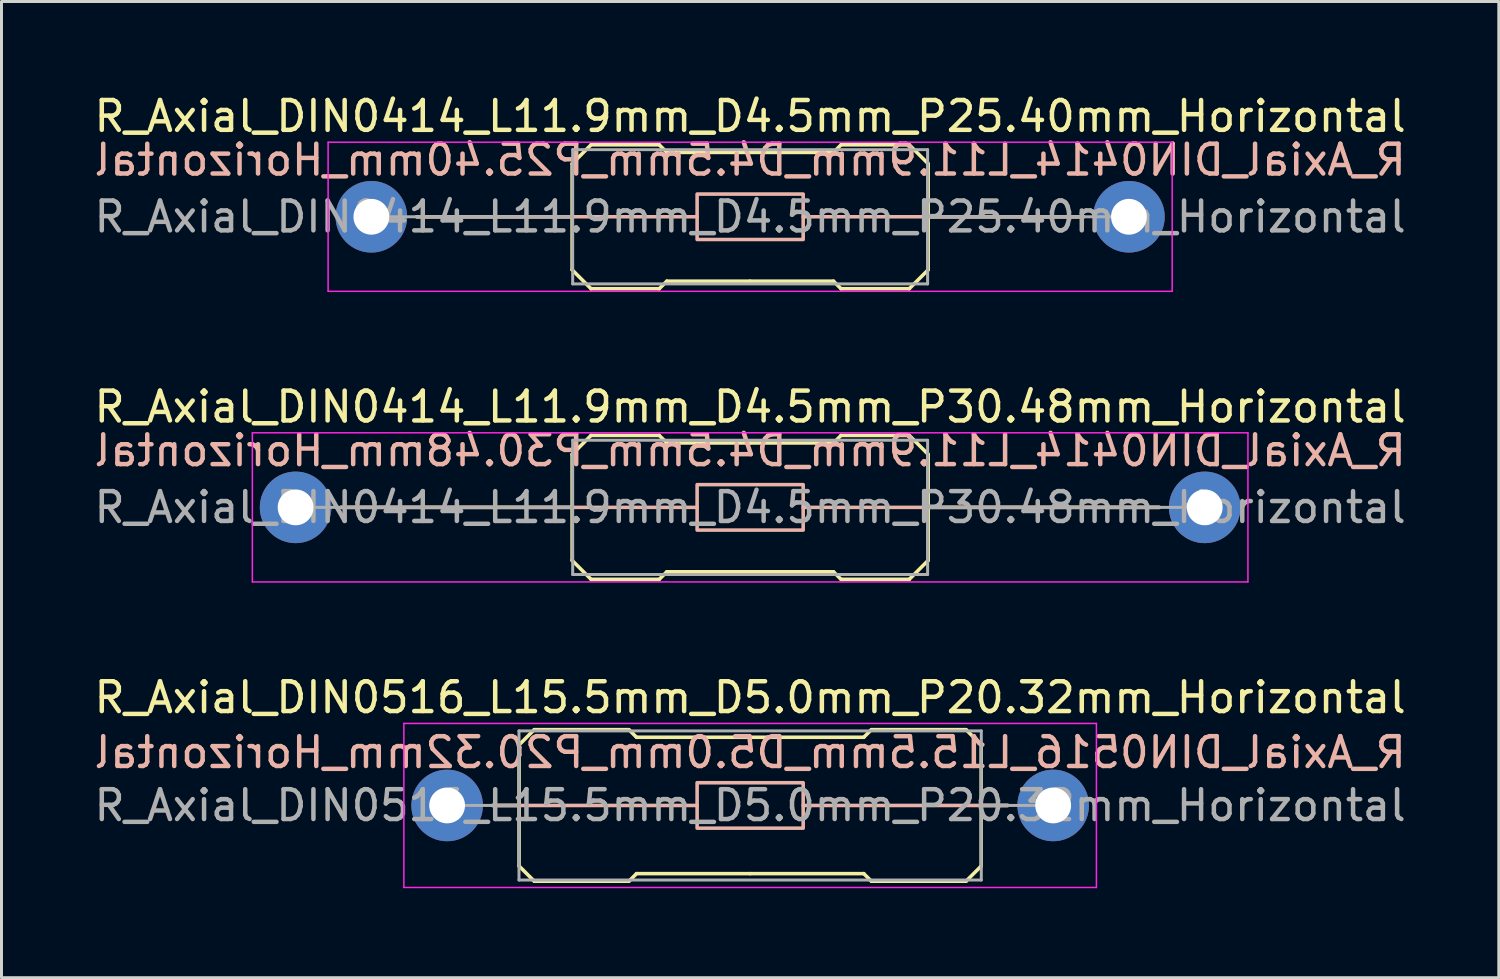
<source format=kicad_pcb>
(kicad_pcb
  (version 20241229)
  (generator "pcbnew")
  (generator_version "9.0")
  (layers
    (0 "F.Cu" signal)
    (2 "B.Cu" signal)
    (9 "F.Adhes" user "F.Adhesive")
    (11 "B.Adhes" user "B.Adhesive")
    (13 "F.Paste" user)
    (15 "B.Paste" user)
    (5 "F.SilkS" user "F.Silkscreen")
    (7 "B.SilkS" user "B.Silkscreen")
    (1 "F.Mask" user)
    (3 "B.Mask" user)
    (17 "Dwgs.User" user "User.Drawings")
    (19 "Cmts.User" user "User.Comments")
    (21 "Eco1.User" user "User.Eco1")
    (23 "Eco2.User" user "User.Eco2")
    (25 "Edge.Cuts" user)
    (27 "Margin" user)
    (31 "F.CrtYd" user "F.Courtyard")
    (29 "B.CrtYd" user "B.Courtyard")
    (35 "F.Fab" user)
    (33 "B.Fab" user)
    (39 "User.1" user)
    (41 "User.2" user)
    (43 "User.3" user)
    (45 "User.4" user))
  (footprint "R_Axial_DIN0414_L11.9mm_D4.5mm_P30.48mm_Horizontal"
    (layer "F.Cu")
    (at 6.861 13.961)
    (property "Reference" "R_Axial_DIN0414_L11.9mm_D4.5mm_P30.48mm_Horizontal" (at 15.24 -3.37 0) (layer "F.SilkS") (effects (font (size 1 1) (thickness 0.15))))
    (fp_line (start 9.271 -1.778) (end 9.906 -2.413) (stroke (width 0.12) (type solid)) (layer "F.SilkS"))
    (fp_line (start 9.271 0) (end 1.524 0) (stroke (width 0.12) (type solid)) (layer "F.SilkS"))
    (fp_line (start 9.271 1.778) (end 9.271 -1.778) (stroke (width 0.12) (type solid)) (layer "F.SilkS"))
    (fp_line (start 9.271 1.778) (end 9.906 2.413) (stroke (width 0.12) (type solid)) (layer "F.SilkS"))
    (fp_line (start 9.906 -2.413) (end 12.192 -2.413) (stroke (width 0.12) (type solid)) (layer "F.SilkS"))
    (fp_line (start 9.906 2.413) (end 12.192 2.413) (stroke (width 0.12) (type solid)) (layer "F.SilkS"))
    (fp_line (start 12.192 -2.413) (end 12.446 -2.159) (stroke (width 0.12) (type solid)) (layer "F.SilkS"))
    (fp_line (start 12.192 2.413) (end 12.446 2.159) (stroke (width 0.12) (type solid)) (layer "F.SilkS"))
    (fp_line (start 12.446 -2.159) (end 15.24 -2.159) (stroke (width 0.12) (type solid)) (layer "F.SilkS"))
    (fp_line (start 12.446 2.159) (end 15.24 2.159) (stroke (width 0.12) (type solid)) (layer "F.SilkS"))
    (fp_line (start 18.034 -2.159) (end 15.24 -2.159) (stroke (width 0.12) (type solid)) (layer "F.SilkS"))
    (fp_line (start 18.034 2.159) (end 15.24 2.159) (stroke (width 0.12) (type solid)) (layer "F.SilkS"))
    (fp_line (start 18.288 -2.413) (end 18.034 -2.159) (stroke (width 0.12) (type solid)) (layer "F.SilkS"))
    (fp_line (start 18.288 2.413) (end 18.034 2.159) (stroke (width 0.12) (type solid)) (layer "F.SilkS"))
    (fp_line (start 20.574 -2.413) (end 18.288 -2.413) (stroke (width 0.12) (type solid)) (layer "F.SilkS"))
    (fp_line (start 20.574 2.413) (end 18.288 2.413) (stroke (width 0.12) (type solid)) (layer "F.SilkS"))
    (fp_line (start 21.209 -1.778) (end 20.574 -2.413) (stroke (width 0.12) (type solid)) (layer "F.SilkS"))
    (fp_line (start 21.209 0) (end 28.956 0) (stroke (width 0.12) (type solid)) (layer "F.SilkS"))
    (fp_line (start 21.209 1.778) (end 20.574 2.413) (stroke (width 0.12) (type solid)) (layer "F.SilkS"))
    (fp_line (start 21.209 1.778) (end 21.209 -1.778) (stroke (width 0.12) (type solid)) (layer "F.SilkS"))
    (fp_line (start 13.462 0) (end 1.524 0) (stroke (width 0.12) (type solid)) (layer "B.SilkS"))
    (fp_line (start 17.018 0) (end 28.956 0) (stroke (width 0.12) (type solid)) (layer "B.SilkS"))
    (fp_rect (start 13.462 -0.762) (end 17.018 0.762) (stroke (width 0.12) (type solid)) (fill no) (layer "B.SilkS"))
    (fp_line (start -1.45 -2.5) (end -1.45 2.5) (stroke (width 0.05) (type solid)) (layer "F.CrtYd"))
    (fp_line (start -1.45 2.5) (end 31.93 2.5) (stroke (width 0.05) (type solid)) (layer "F.CrtYd"))
    (fp_line (start 31.93 -2.5) (end -1.45 -2.5) (stroke (width 0.05) (type solid)) (layer "F.CrtYd"))
    (fp_line (start 31.93 2.5) (end 31.93 -2.5) (stroke (width 0.05) (type solid)) (layer "F.CrtYd"))
    (fp_line (start 0 0) (end 9.29 0) (stroke (width 0.1) (type solid)) (layer "F.Fab"))
    (fp_line (start 9.29 -2.25) (end 9.29 2.25) (stroke (width 0.1) (type solid)) (layer "F.Fab"))
    (fp_line (start 9.29 2.25) (end 21.19 2.25) (stroke (width 0.1) (type solid)) (layer "F.Fab"))
    (fp_line (start 21.19 -2.25) (end 9.29 -2.25) (stroke (width 0.1) (type solid)) (layer "F.Fab"))
    (fp_line (start 21.19 2.25) (end 21.19 -2.25) (stroke (width 0.1) (type solid)) (layer "F.Fab"))
    (fp_line (start 30.48 0) (end 21.19 0) (stroke (width 0.1) (type solid)) (layer "F.Fab"))
    (fp_text user "${REFERENCE}" (at 15.24 -1.905 0) (layer "B.SilkS") (effects (font (size 1 1) (thickness 0.15)) (justify mirror)))
    (fp_text user "${REFERENCE}" (at 15.24 0 0) (layer "F.Fab") (effects (font (size 1 1) (thickness 0.15))))
    (pad "1" thru_hole circle (at 0 0) (size 2.4 2.4) (drill 1.2) (layers "*.Cu" "*.Mask"))
    (pad "2" thru_hole oval (at 30.48 0) (size 2.4 2.4) (drill 1.2) (layers "*.Cu" "*.Mask")))
  (footprint "R_Axial_DIN0516_L15.5mm_D5.0mm_P20.32mm_Horizontal"
    (layer "F.Cu")
    (at 11.941 23.955)
    (property "Reference" "R_Axial_DIN0516_L15.5mm_D5.0mm_P20.32mm_Horizontal" (at 10.16 -3.62 0) (layer "F.SilkS") (effects (font (size 1 1) (thickness 0.15))))
    (fp_line (start 2.413 -2.032) (end 2.921 -2.54) (stroke (width 0.12) (type solid)) (layer "F.SilkS"))
    (fp_line (start 2.413 0) (end 1.524 0) (stroke (width 0.12) (type solid)) (layer "F.SilkS"))
    (fp_line (start 2.413 2.032) (end 2.413 -2.032) (stroke (width 0.12) (type solid)) (layer "F.SilkS"))
    (fp_line (start 2.413 2.032) (end 2.921 2.54) (stroke (width 0.12) (type solid)) (layer "F.SilkS"))
    (fp_line (start 2.921 -2.54) (end 6.096 -2.54) (stroke (width 0.12) (type solid)) (layer "F.SilkS"))
    (fp_line (start 2.921 2.54) (end 6.096 2.54) (stroke (width 0.12) (type solid)) (layer "F.SilkS"))
    (fp_line (start 6.096 -2.54) (end 6.35 -2.286) (stroke (width 0.12) (type solid)) (layer "F.SilkS"))
    (fp_line (start 6.096 2.54) (end 6.35 2.286) (stroke (width 0.12) (type solid)) (layer "F.SilkS"))
    (fp_line (start 6.35 -2.286) (end 10.16 -2.286) (stroke (width 0.12) (type solid)) (layer "F.SilkS"))
    (fp_line (start 6.35 2.286) (end 10.16 2.286) (stroke (width 0.12) (type solid)) (layer "F.SilkS"))
    (fp_line (start 13.97 -2.286) (end 10.16 -2.286) (stroke (width 0.12) (type solid)) (layer "F.SilkS"))
    (fp_line (start 13.97 2.286) (end 10.16 2.286) (stroke (width 0.12) (type solid)) (layer "F.SilkS"))
    (fp_line (start 14.224 -2.54) (end 13.97 -2.286) (stroke (width 0.12) (type solid)) (layer "F.SilkS"))
    (fp_line (start 14.224 2.54) (end 13.97 2.286) (stroke (width 0.12) (type solid)) (layer "F.SilkS"))
    (fp_line (start 17.399 -2.54) (end 14.224 -2.54) (stroke (width 0.12) (type solid)) (layer "F.SilkS"))
    (fp_line (start 17.399 2.54) (end 14.224 2.54) (stroke (width 0.12) (type solid)) (layer "F.SilkS"))
    (fp_line (start 17.907 -2.032) (end 17.399 -2.54) (stroke (width 0.12) (type solid)) (layer "F.SilkS"))
    (fp_line (start 17.907 2.032) (end 17.399 2.54) (stroke (width 0.12) (type solid)) (layer "F.SilkS"))
    (fp_line (start 17.907 2.032) (end 17.907 -2.032) (stroke (width 0.12) (type solid)) (layer "F.SilkS"))
    (fp_line (start 18.796 0) (end 17.907 0) (stroke (width 0.12) (type solid)) (layer "F.SilkS"))
    (fp_line (start 8.382 0) (end 1.524 0) (stroke (width 0.12) (type solid)) (layer "B.SilkS"))
    (fp_line (start 11.938 0) (end 18.796 0) (stroke (width 0.12) (type solid)) (layer "B.SilkS"))
    (fp_rect (start 8.382 -0.762) (end 11.938 0.762) (stroke (width 0.12) (type solid)) (fill no) (layer "B.SilkS"))
    (fp_line (start -1.45 -2.75) (end -1.45 2.75) (stroke (width 0.05) (type solid)) (layer "F.CrtYd"))
    (fp_line (start -1.45 2.75) (end 21.77 2.75) (stroke (width 0.05) (type solid)) (layer "F.CrtYd"))
    (fp_line (start 21.77 -2.75) (end -1.45 -2.75) (stroke (width 0.05) (type solid)) (layer "F.CrtYd"))
    (fp_line (start 21.77 2.75) (end 21.77 -2.75) (stroke (width 0.05) (type solid)) (layer "F.CrtYd"))
    (fp_line (start 0 0) (end 2.41 0) (stroke (width 0.1) (type solid)) (layer "F.Fab"))
    (fp_line (start 2.41 -2.5) (end 2.41 2.5) (stroke (width 0.1) (type solid)) (layer "F.Fab"))
    (fp_line (start 2.41 2.5) (end 17.91 2.5) (stroke (width 0.1) (type solid)) (layer "F.Fab"))
    (fp_line (start 17.91 -2.5) (end 2.41 -2.5) (stroke (width 0.1) (type solid)) (layer "F.Fab"))
    (fp_line (start 17.91 2.5) (end 17.91 -2.5) (stroke (width 0.1) (type solid)) (layer "F.Fab"))
    (fp_line (start 20.32 0) (end 17.91 0) (stroke (width 0.1) (type solid)) (layer "F.Fab"))
    (fp_text user "${REFERENCE}" (at 10.16 -1.778 0) (layer "B.SilkS") (effects (font (size 1 1) (thickness 0.15)) (justify mirror)))
    (fp_text user "${REFERENCE}" (at 10.16 0 0) (layer "F.Fab") (effects (font (size 1 1) (thickness 0.15))))
    (pad "1" thru_hole circle (at 0 0) (size 2.4 2.4) (drill 1.2) (layers "*.Cu" "*.Mask"))
    (pad "2" thru_hole oval (at 20.32 0) (size 2.4 2.4) (drill 1.2) (layers "*.Cu" "*.Mask")))
  (footprint "R_Axial_DIN0414_L11.9mm_D4.5mm_P25.40mm_Horizontal"
    (layer "F.Cu")
    (at 9.401 4.218)
    (property "Reference" "R_Axial_DIN0414_L11.9mm_D4.5mm_P25.40mm_Horizontal" (at 12.7 -3.37 0) (layer "F.SilkS") (effects (font (size 1 1) (thickness 0.15))))
    (fp_line (start 6.731 -1.778) (end 7.366 -2.413) (stroke (width 0.12) (type solid)) (layer "F.SilkS"))
    (fp_line (start 6.731 0) (end 1.524 0) (stroke (width 0.12) (type solid)) (layer "F.SilkS"))
    (fp_line (start 6.731 1.778) (end 6.731 -1.778) (stroke (width 0.12) (type solid)) (layer "F.SilkS"))
    (fp_line (start 6.731 1.778) (end 7.366 2.413) (stroke (width 0.12) (type solid)) (layer "F.SilkS"))
    (fp_line (start 7.366 -2.413) (end 9.652 -2.413) (stroke (width 0.12) (type solid)) (layer "F.SilkS"))
    (fp_line (start 7.366 2.413) (end 9.652 2.413) (stroke (width 0.12) (type solid)) (layer "F.SilkS"))
    (fp_line (start 9.652 -2.413) (end 9.906 -2.159) (stroke (width 0.12) (type solid)) (layer "F.SilkS"))
    (fp_line (start 9.652 2.413) (end 9.906 2.159) (stroke (width 0.12) (type solid)) (layer "F.SilkS"))
    (fp_line (start 9.906 -2.159) (end 12.7 -2.159) (stroke (width 0.12) (type solid)) (layer "F.SilkS"))
    (fp_line (start 9.906 2.159) (end 12.7 2.159) (stroke (width 0.12) (type solid)) (layer "F.SilkS"))
    (fp_line (start 15.494 -2.159) (end 12.7 -2.159) (stroke (width 0.12) (type solid)) (layer "F.SilkS"))
    (fp_line (start 15.494 2.159) (end 12.7 2.159) (stroke (width 0.12) (type solid)) (layer "F.SilkS"))
    (fp_line (start 15.748 -2.413) (end 15.494 -2.159) (stroke (width 0.12) (type solid)) (layer "F.SilkS"))
    (fp_line (start 15.748 2.413) (end 15.494 2.159) (stroke (width 0.12) (type solid)) (layer "F.SilkS"))
    (fp_line (start 18.034 -2.413) (end 15.748 -2.413) (stroke (width 0.12) (type solid)) (layer "F.SilkS"))
    (fp_line (start 18.034 2.413) (end 15.748 2.413) (stroke (width 0.12) (type solid)) (layer "F.SilkS"))
    (fp_line (start 18.669 -1.778) (end 18.034 -2.413) (stroke (width 0.12) (type solid)) (layer "F.SilkS"))
    (fp_line (start 18.669 0) (end 23.876 0) (stroke (width 0.12) (type solid)) (layer "F.SilkS"))
    (fp_line (start 18.669 1.778) (end 18.034 2.413) (stroke (width 0.12) (type solid)) (layer "F.SilkS"))
    (fp_line (start 18.669 1.778) (end 18.669 -1.778) (stroke (width 0.12) (type solid)) (layer "F.SilkS"))
    (fp_line (start 10.922 0) (end 1.524 0) (stroke (width 0.12) (type solid)) (layer "B.SilkS"))
    (fp_line (start 14.478 0) (end 23.876 0) (stroke (width 0.12) (type solid)) (layer "B.SilkS"))
    (fp_rect (start 10.922 -0.762) (end 14.478 0.762) (stroke (width 0.12) (type solid)) (fill no) (layer "B.SilkS"))
    (fp_line (start -1.45 -2.5) (end -1.45 2.5) (stroke (width 0.05) (type solid)) (layer "F.CrtYd"))
    (fp_line (start -1.45 2.5) (end 26.85 2.5) (stroke (width 0.05) (type solid)) (layer "F.CrtYd"))
    (fp_line (start 26.85 -2.5) (end -1.45 -2.5) (stroke (width 0.05) (type solid)) (layer "F.CrtYd"))
    (fp_line (start 26.85 2.5) (end 26.85 -2.5) (stroke (width 0.05) (type solid)) (layer "F.CrtYd"))
    (fp_line (start 0 0) (end 6.75 0) (stroke (width 0.1) (type solid)) (layer "F.Fab"))
    (fp_line (start 6.75 -2.25) (end 6.75 2.25) (stroke (width 0.1) (type solid)) (layer "F.Fab"))
    (fp_line (start 6.75 2.25) (end 18.65 2.25) (stroke (width 0.1) (type solid)) (layer "F.Fab"))
    (fp_line (start 18.65 -2.25) (end 6.75 -2.25) (stroke (width 0.1) (type solid)) (layer "F.Fab"))
    (fp_line (start 18.65 2.25) (end 18.65 -2.25) (stroke (width 0.1) (type solid)) (layer "F.Fab"))
    (fp_line (start 25.4 0) (end 18.65 0) (stroke (width 0.1) (type solid)) (layer "F.Fab"))
    (fp_text user "${REFERENCE}" (at 12.7 -1.905 0) (layer "B.SilkS") (effects (font (size 1 1) (thickness 0.15)) (justify mirror)))
    (fp_text user "${REFERENCE}" (at 12.7 0 0) (layer "F.Fab") (effects (font (size 1 1) (thickness 0.15))))
    (pad "1" thru_hole circle (at 0 0) (size 2.4 2.4) (drill 1.2) (layers "*.Cu" "*.Mask"))
    (pad "2" thru_hole oval (at 25.4 0) (size 2.4 2.4) (drill 1.2) (layers "*.Cu" "*.Mask")))
  (gr_rect
    (start -3 -3)
    (end 47.202 29.73)
    (stroke (width 0.1) (type default))
    (fill no)
    (layer "Edge.Cuts")))
</source>
